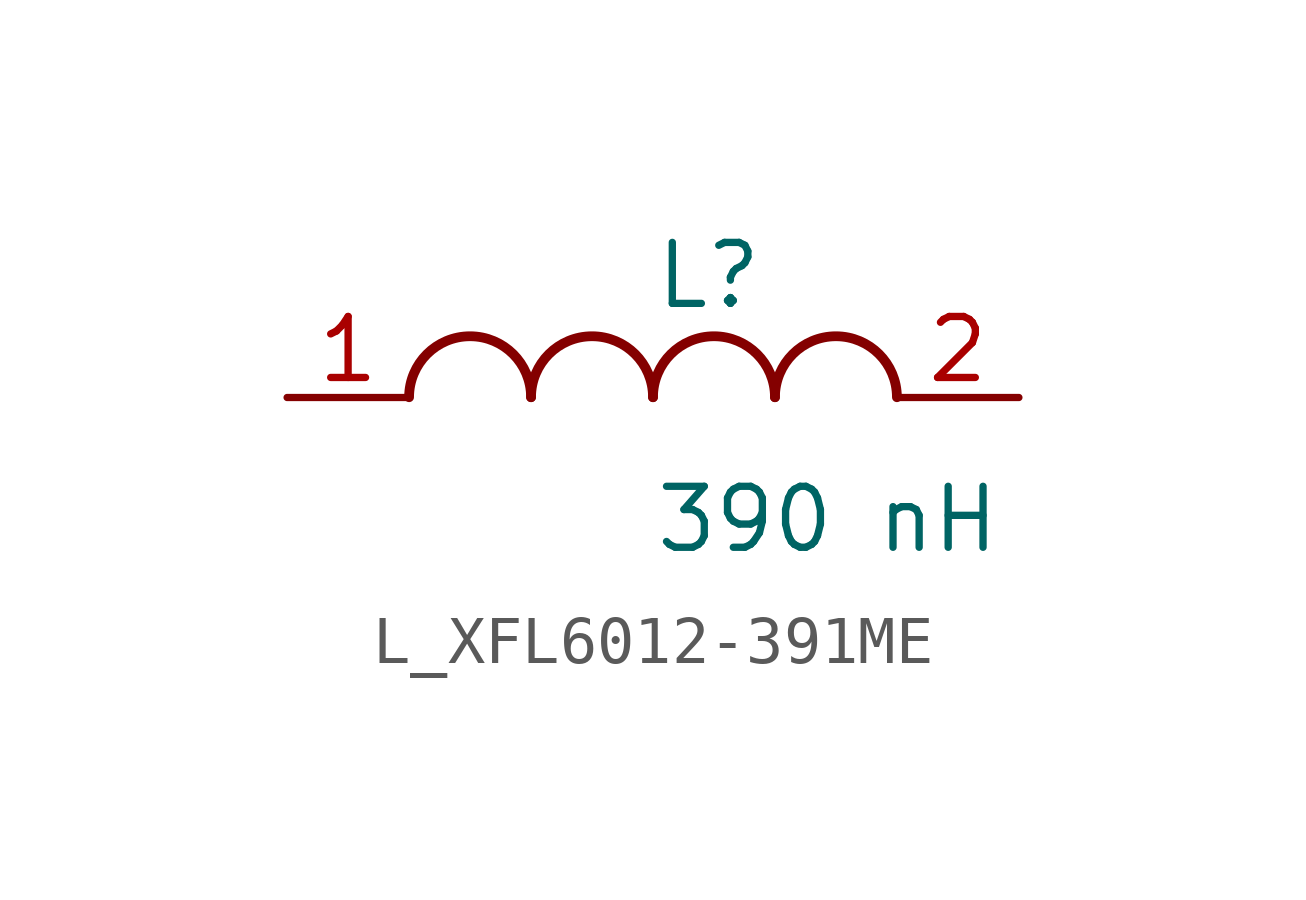
<source format=kicad_sym>
(kicad_symbol_lib
  (version 20231120)
  (generator kicad_symbol_editor)
  (generator_version 8.0)
  (symbol "L_XFL6012-391ME"
    (pin_names
      (offset 0.254))
    (property "Reference" "L"
      (at 0 2.54 0)
      (effects (font (size 1.27 1.27)) (justify left)))
    (property "Value" "390 nH"
      (at 0 -2.54 0)
      (effects (font (size 1.27 1.27)) (justify left)))
    (symbol "L_XFL6012-391ME_1_1"
      (arc (start -2.54 0.0056) (mid -3.81 1.27) (end -5.08 0.0056) (stroke (width 0.2032) (type default)) (fill (type none)))
      (arc (start 0 0.0056) (mid -1.27 1.27) (end -2.54 0.0056) (stroke (width 0.2032) (type default)) (fill (type none)))
      (arc (start 2.54 0.0056) (mid 1.27 1.27) (end 0 0.0056) (stroke (width 0.2032) (type default)) (fill (type none)))
      (arc (start 5.08 0.0056) (mid 3.81 1.27) (end 2.54 0.0056) (stroke (width 0.2032) (type default)) (fill (type none)))
      (pin unspecified line (at -7.62 0 0) (length 2.54) (name "" (effects (font (size 1.27 1.27)))) (number "1" (effects (font (size 1.27 1.27)))))
      (pin unspecified line (at 7.62 0 180) (length 2.54) (name "" (effects (font (size 1.27 1.27)))) (number "2" (effects (font (size 1.27 1.27))))))))
</source>
